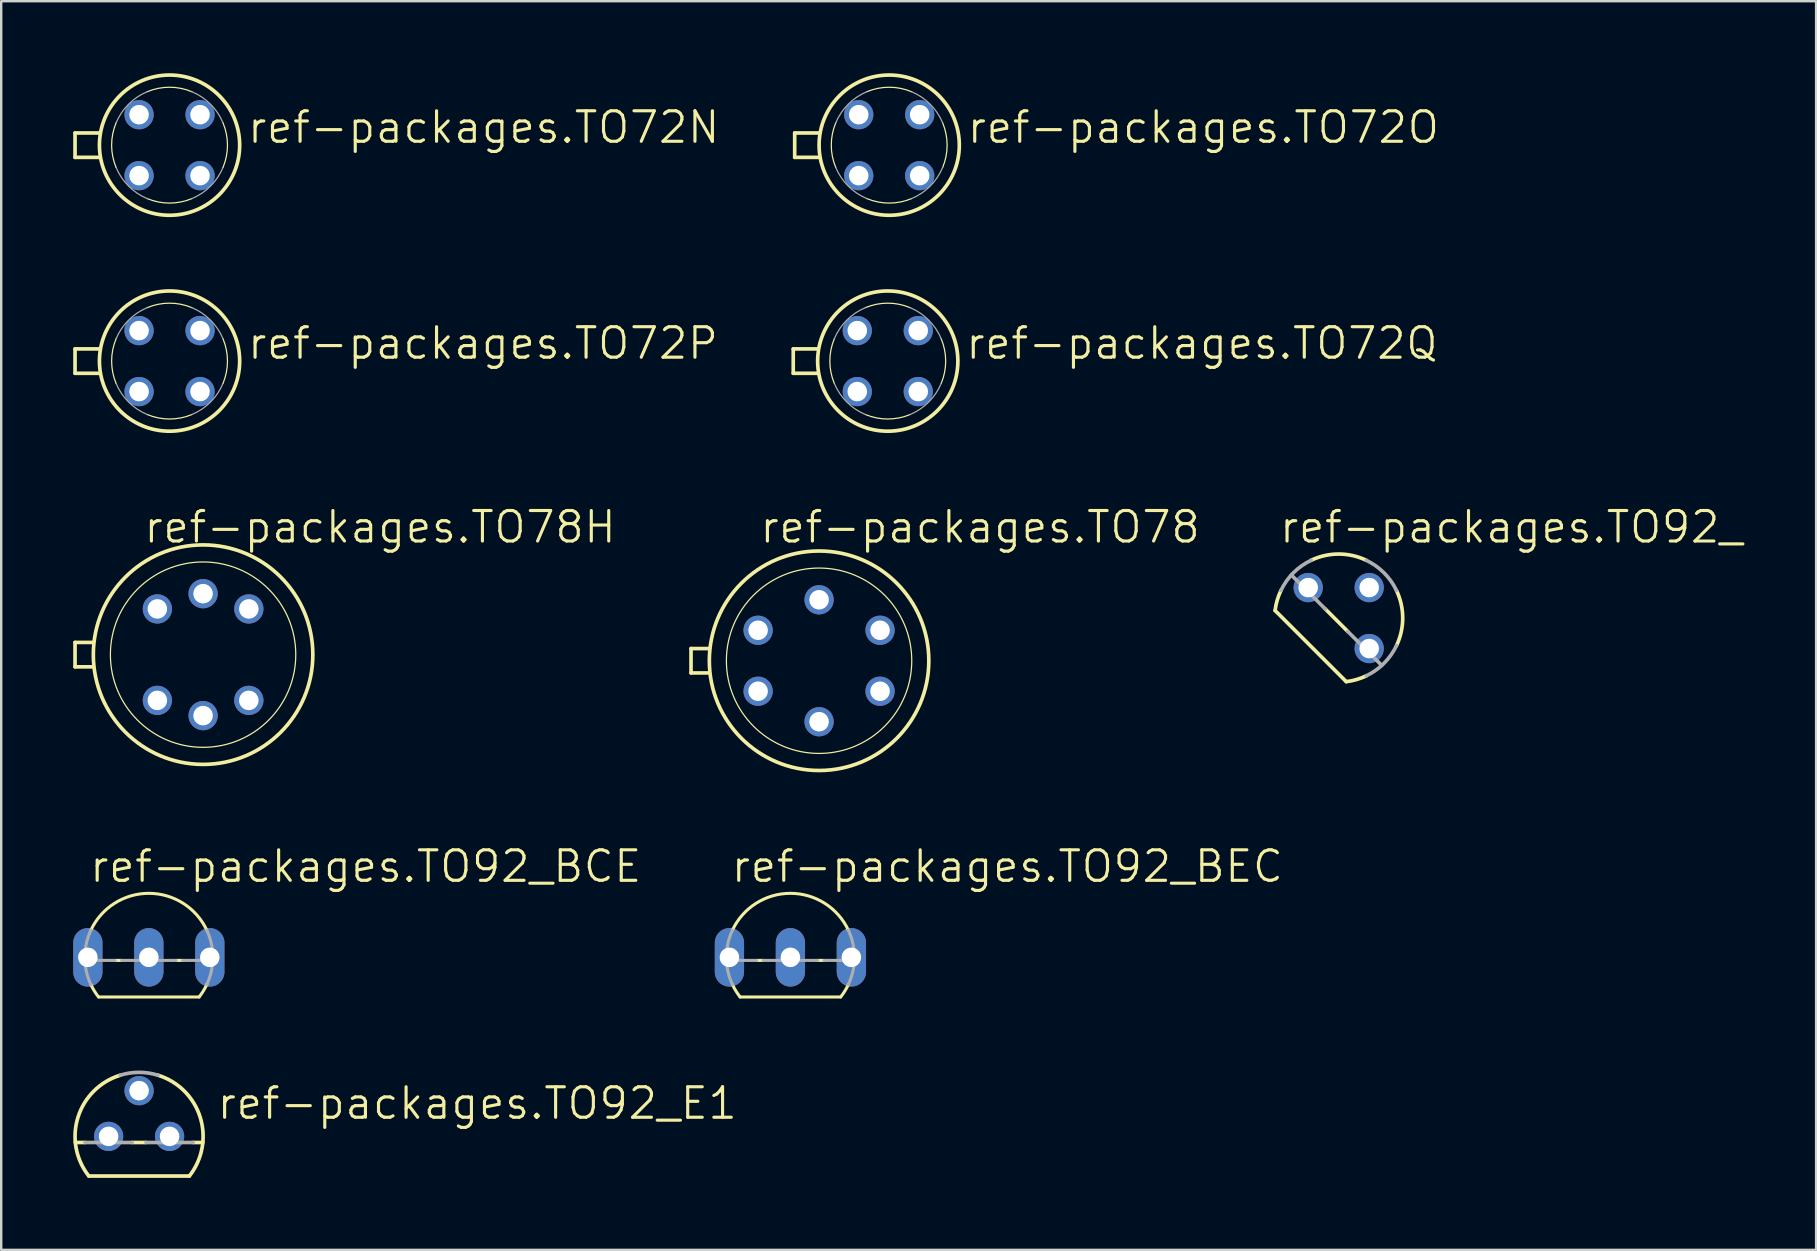
<source format=kicad_pcb>
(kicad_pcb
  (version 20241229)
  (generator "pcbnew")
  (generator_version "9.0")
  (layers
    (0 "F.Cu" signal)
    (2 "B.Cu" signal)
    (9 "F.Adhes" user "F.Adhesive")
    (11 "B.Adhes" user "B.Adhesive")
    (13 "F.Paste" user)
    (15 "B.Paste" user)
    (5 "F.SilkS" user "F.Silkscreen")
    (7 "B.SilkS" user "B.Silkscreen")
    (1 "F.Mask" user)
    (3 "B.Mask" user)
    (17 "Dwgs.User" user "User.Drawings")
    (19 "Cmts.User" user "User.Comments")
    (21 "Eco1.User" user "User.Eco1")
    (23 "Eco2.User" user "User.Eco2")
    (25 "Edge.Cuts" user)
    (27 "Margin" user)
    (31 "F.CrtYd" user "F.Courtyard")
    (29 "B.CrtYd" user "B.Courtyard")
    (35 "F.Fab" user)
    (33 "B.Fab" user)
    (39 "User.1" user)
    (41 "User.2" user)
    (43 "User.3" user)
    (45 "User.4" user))
  (footprint "ref-packages.TO72Q"
    (layer "F.Cu")
    (at 33.932 11.992)
    (property "Reference" "ref-packages.TO72Q" (at 3.175 0 0) (layer "F.SilkS") (effects (font (size 1.27 1.27) (thickness 0.13)) (justify left bottom)))
    (attr through_hole)
    (fp_line (start -3.937 -0.508) (end -2.896 -0.508) (stroke (width 0.152) (type default)) (layer "F.SilkS"))
    (fp_line (start -3.937 0.508) (end -3.937 -0.508) (stroke (width 0.152) (type default)) (layer "F.SilkS"))
    (fp_line (start -2.896 0.508) (end -3.937 0.508) (stroke (width 0.152) (type default)) (layer "F.SilkS"))
    (fp_arc (start -2.227 0.9289) (mid -2.412962 0) (end -2.227 -0.9289) (stroke (width 0.0508) (type default)) (layer "F.SilkS"))
    (fp_arc (start -0.9289 -2.227) (mid 0 -2.412962) (end 0.9289 -2.227) (stroke (width 0.0508) (type default)) (layer "F.SilkS"))
    (fp_arc (start 0.9289 2.227) (mid 0 2.412962) (end -0.9289 2.227) (stroke (width 0.0508) (type default)) (layer "F.SilkS"))
    (fp_arc (start 2.227 -0.9289) (mid 2.412962 0) (end 2.227 0.9289) (stroke (width 0.0508) (type default)) (layer "F.SilkS"))
    (fp_circle (center 0 0) (end 2.921 0) (stroke (width 0.152) (type default)) (fill no) (layer "F.SilkS"))
    (fp_arc (start -2.227 -0.9289) (mid -1.706222 -1.706222) (end -0.9289 -2.227) (stroke (width 0.0508) (type default)) (layer "F.Fab"))
    (fp_arc (start -0.9289 2.227) (mid -1.706222 1.706222) (end -2.227 0.9289) (stroke (width 0.0508) (type default)) (layer "F.Fab"))
    (fp_arc (start 0.9289 -2.227) (mid 1.706222 -1.706222) (end 2.227 -0.9289) (stroke (width 0.0508) (type default)) (layer "F.Fab"))
    (fp_arc (start 2.227 0.9289) (mid 1.706222 1.706222) (end 0.9289 2.227) (stroke (width 0.0508) (type default)) (layer "F.Fab"))
    (pad "B" thru_hole circle (at 1.27 1.27) (size 1.219 1.219) (drill 0.813) (layers "*.Cu" "*.Mask"))
    (pad "C" thru_hole circle (at 1.27 -1.27) (size 1.219 1.219) (drill 0.813) (layers "*.Cu" "*.Mask"))
    (pad "E1" thru_hole circle (at -1.27 1.27) (size 1.219 1.219) (drill 0.813) (layers "*.Cu" "*.Mask"))
    (pad "E2" thru_hole circle (at -1.27 -1.27) (size 1.219 1.219) (drill 0.813) (layers "*.Cu" "*.Mask")))
  (footprint "ref-packages.TO72N"
    (layer "F.Cu")
    (at 4.013 2.997)
    (property "Reference" "ref-packages.TO72N" (at 3.175 0 0) (layer "F.SilkS") (effects (font (size 1.27 1.27) (thickness 0.13)) (justify left bottom)))
    (attr through_hole)
    (fp_line (start -3.937 -0.508) (end -2.896 -0.508) (stroke (width 0.152) (type default)) (layer "F.SilkS"))
    (fp_line (start -3.937 0.508) (end -3.937 -0.508) (stroke (width 0.152) (type default)) (layer "F.SilkS"))
    (fp_line (start -2.896 0.508) (end -3.937 0.508) (stroke (width 0.152) (type default)) (layer "F.SilkS"))
    (fp_arc (start -2.227 0.9289) (mid -2.412962 0) (end -2.227 -0.9289) (stroke (width 0.0508) (type default)) (layer "F.SilkS"))
    (fp_arc (start -0.9289 -2.227) (mid 0 -2.412962) (end 0.9289 -2.227) (stroke (width 0.0508) (type default)) (layer "F.SilkS"))
    (fp_arc (start 0.9289 2.227) (mid 0 2.412962) (end -0.9289 2.227) (stroke (width 0.0508) (type default)) (layer "F.SilkS"))
    (fp_arc (start 2.227 -0.9289) (mid 2.412962 0) (end 2.227 0.9289) (stroke (width 0.0508) (type default)) (layer "F.SilkS"))
    (fp_circle (center 0 0) (end 2.921 0) (stroke (width 0.152) (type default)) (fill no) (layer "F.SilkS"))
    (fp_arc (start -2.227 -0.9289) (mid -1.706222 -1.706222) (end -0.9289 -2.227) (stroke (width 0.0508) (type default)) (layer "F.Fab"))
    (fp_arc (start -0.9289 2.227) (mid -1.706222 1.706222) (end -2.227 0.9289) (stroke (width 0.0508) (type default)) (layer "F.Fab"))
    (fp_arc (start 0.9289 -2.227) (mid 1.706222 -1.706222) (end 2.227 -0.9289) (stroke (width 0.0508) (type default)) (layer "F.Fab"))
    (fp_arc (start 2.227 0.9289) (mid 1.706222 1.706222) (end 0.9289 2.227) (stroke (width 0.0508) (type default)) (layer "F.Fab"))
    (pad "D" thru_hole circle (at -1.27 1.27) (size 1.219 1.219) (drill 0.813) (layers "*.Cu" "*.Mask"))
    (pad "G1" thru_hole circle (at 1.27 -1.27) (size 1.219 1.219) (drill 0.813) (layers "*.Cu" "*.Mask"))
    (pad "G2" thru_hole circle (at -1.27 -1.27) (size 1.219 1.219) (drill 0.813) (layers "*.Cu" "*.Mask"))
    (pad "S" thru_hole circle (at 1.27 1.27) (size 1.219 1.219) (drill 0.813) (layers "*.Cu" "*.Mask")))
  (footprint "ref-packages.TO72P"
    (layer "F.Cu")
    (at 4.013 11.992)
    (property "Reference" "ref-packages.TO72P" (at 3.175 0 0) (layer "F.SilkS") (effects (font (size 1.27 1.27) (thickness 0.13)) (justify left bottom)))
    (attr through_hole)
    (fp_line (start -3.937 -0.508) (end -2.896 -0.508) (stroke (width 0.152) (type default)) (layer "F.SilkS"))
    (fp_line (start -3.937 0.508) (end -3.937 -0.508) (stroke (width 0.152) (type default)) (layer "F.SilkS"))
    (fp_line (start -2.896 0.508) (end -3.937 0.508) (stroke (width 0.152) (type default)) (layer "F.SilkS"))
    (fp_arc (start -2.227 0.9289) (mid -2.412962 0) (end -2.227 -0.9289) (stroke (width 0.0508) (type default)) (layer "F.SilkS"))
    (fp_arc (start -0.9289 -2.227) (mid 0 -2.412962) (end 0.9289 -2.227) (stroke (width 0.0508) (type default)) (layer "F.SilkS"))
    (fp_arc (start 0.9289 2.227) (mid 0 2.412962) (end -0.9289 2.227) (stroke (width 0.0508) (type default)) (layer "F.SilkS"))
    (fp_arc (start 2.227 -0.9289) (mid 2.412962 0) (end 2.227 0.9289) (stroke (width 0.0508) (type default)) (layer "F.SilkS"))
    (fp_circle (center 0 0) (end 2.921 0) (stroke (width 0.152) (type default)) (fill no) (layer "F.SilkS"))
    (fp_arc (start -2.227 -0.9289) (mid -1.706222 -1.706222) (end -0.9289 -2.227) (stroke (width 0.0508) (type default)) (layer "F.Fab"))
    (fp_arc (start -0.9289 2.227) (mid -1.706222 1.706222) (end -2.227 0.9289) (stroke (width 0.0508) (type default)) (layer "F.Fab"))
    (fp_arc (start 0.9289 -2.227) (mid 1.706222 -1.706222) (end 2.227 -0.9289) (stroke (width 0.0508) (type default)) (layer "F.Fab"))
    (fp_arc (start 2.227 0.9289) (mid 1.706222 1.706222) (end 0.9289 2.227) (stroke (width 0.0508) (type default)) (layer "F.Fab"))
    (pad "D" thru_hole circle (at 1.27 -1.27) (size 1.219 1.219) (drill 0.813) (layers "*.Cu" "*.Mask"))
    (pad "G1" thru_hole circle (at 1.27 1.27) (size 1.219 1.219) (drill 0.813) (layers "*.Cu" "*.Mask"))
    (pad "G2" thru_hole circle (at -1.27 -1.27) (size 1.219 1.219) (drill 0.813) (layers "*.Cu" "*.Mask"))
    (pad "S" thru_hole circle (at -1.27 1.27) (size 1.219 1.219) (drill 0.813) (layers "*.Cu" "*.Mask")))
  (footprint "ref-packages.TO92_E1"
    (layer "F.Cu")
    (at 2.744 44.289)
    (property "Reference" "ref-packages.TO92_E1" (at 3.175 -0.635 0) (layer "F.SilkS") (effects (font (size 1.27 1.27) (thickness 0.13)) (justify left bottom)))
    (attr through_hole)
    (fp_line (start -2.655 0.254) (end -2.254 0.254) (stroke (width 0.152) (type default)) (layer "F.SilkS"))
    (fp_line (start -2.095 1.651) (end 2.095 1.651) (stroke (width 0.152) (type default)) (layer "F.SilkS"))
    (fp_line (start -0.286 0.254) (end 0.286 0.254) (stroke (width 0.152) (type default)) (layer "F.SilkS"))
    (fp_line (start 2.254 0.254) (end 2.655 0.254) (stroke (width 0.152) (type default)) (layer "F.SilkS"))
    (fp_arc (start -2.095 1.651) (mid -2.546802 -0.79317) (end -0.7869 -2.5484) (stroke (width 0.1524) (type default)) (layer "F.SilkS"))
    (fp_arc (start 0.7869 -2.5484) (mid 2.546802 -0.79317) (end 2.095 1.651) (stroke (width 0.1524) (type default)) (layer "F.SilkS"))
    (fp_line (start -2.254 0.254) (end -0.286 0.254) (stroke (width 0.152) (type default)) (layer "F.Fab"))
    (fp_line (start 0.286 0.254) (end 2.254 0.254) (stroke (width 0.152) (type default)) (layer "F.Fab"))
    (fp_arc (start -0.7864 -2.5484) (mid 0 -2.666977) (end 0.7864 -2.5484) (stroke (width 0.1524) (type default)) (layer "F.Fab"))
    (pad "1" thru_hole circle (at -1.27 0) (size 1.219 1.219) (drill 0.813) (layers "*.Cu" "*.Mask"))
    (pad "2" thru_hole circle (at 0 -1.905) (size 1.219 1.219) (drill 0.813) (layers "*.Cu" "*.Mask"))
    (pad "3" thru_hole circle (at 1.27 0) (size 1.219 1.219) (drill 0.813) (layers "*.Cu" "*.Mask")))
  (footprint "ref-packages.TO92_"
    (layer "F.Cu")
    (at 52.717 22.697)
    (property "Reference" "ref-packages.TO92_" (at -2.54 -3.048 0) (layer "F.SilkS") (effects (font (size 1.27 1.27) (thickness 0.13)) (justify left bottom)))
    (attr through_hole)
    (fp_line (start -2.649 -0.314) (end 0.314 2.649) (stroke (width 0.152) (type default)) (layer "F.SilkS"))
    (fp_line (start -0.557 -0.377) (end 0.377 0.557) (stroke (width 0.152) (type default)) (layer "F.SilkS"))
    (fp_arc (start -2.649 -0.314) (mid -2.562364 -0.741831) (end -2.4071 -1.1498) (stroke (width 0.1524) (type default)) (layer "F.SilkS"))
    (fp_arc (start -1.1494 -2.4066) (mid 0 -2.666992) (end 1.1494 -2.4066) (stroke (width 0.1524) (type default)) (layer "F.SilkS"))
    (fp_arc (start 1.1498 2.4071) (mid 0.741831 2.562364) (end 0.314 2.649) (stroke (width 0.1524) (type default)) (layer "F.SilkS"))
    (fp_arc (start 2.4066 -1.1494) (mid 2.666992 0) (end 2.4066 1.1494) (stroke (width 0.1524) (type default)) (layer "F.SilkS"))
    (fp_line (start -1.974 -1.794) (end -0.557 -0.377) (stroke (width 0.152) (type default)) (layer "F.Fab"))
    (fp_line (start 0.377 0.557) (end 1.794 1.974) (stroke (width 0.152) (type default)) (layer "F.Fab"))
    (fp_arc (start -2.4066 -1.1494) (mid -1.885848 -1.885848) (end -1.1494 -2.4066) (stroke (width 0.1524) (type default)) (layer "F.Fab"))
    (fp_arc (start 1.1494 -2.4066) (mid 1.885848 -1.885848) (end 2.4066 -1.1494) (stroke (width 0.1524) (type default)) (layer "F.Fab"))
    (fp_arc (start 2.4066 1.1494) (mid 1.885848 1.885848) (end 1.1494 2.4066) (stroke (width 0.1524) (type default)) (layer "F.Fab"))
    (pad "1" thru_hole circle (at 1.27 1.27) (size 1.219 1.219) (drill 0.813) (layers "*.Cu" "*.Mask"))
    (pad "2" thru_hole circle (at 1.27 -1.27) (size 1.219 1.219) (drill 0.813) (layers "*.Cu" "*.Mask"))
    (pad "3" thru_hole circle (at -1.27 -1.27) (size 1.219 1.219) (drill 0.813) (layers "*.Cu" "*.Mask")))
  (footprint "ref-packages.TO92_BEC"
    (layer "F.Cu")
    (at 29.876 36.831)
    (property "Reference" "ref-packages.TO92_BEC" (at -2.54 -3.048 0) (layer "F.SilkS") (effects (font (size 1.27 1.27) (thickness 0.13)) (justify left bottom)))
    (attr through_hole)
    (fp_line (start -2.095 1.651) (end 2.095 1.651) (stroke (width 0.127) (type default)) (layer "F.SilkS"))
    (fp_line (start -1.136 0.127) (end -1.404 0.127) (stroke (width 0.127) (type default)) (layer "F.SilkS"))
    (fp_line (start 1.404 0.127) (end 1.136 0.127) (stroke (width 0.127) (type default)) (layer "F.SilkS"))
    (fp_arc (start -2.413 -1.1359) (mid 0 -2.666985) (end 2.413 -1.1359) (stroke (width 0.127) (type default)) (layer "F.SilkS"))
    (fp_arc (start -2.095 1.651) (mid -2.268918 1.40252) (end -2.4135 1.1359) (stroke (width 0.127) (type default)) (layer "F.SilkS"))
    (fp_arc (start 2.4247 1.1118) (mid 2.275878 1.391201) (end 2.095 1.651) (stroke (width 0.127) (type default)) (layer "F.SilkS"))
    (fp_line (start -1.404 0.127) (end -2.664 0.127) (stroke (width 0.127) (type default)) (layer "F.Fab"))
    (fp_line (start 1.136 0.127) (end -1.136 0.127) (stroke (width 0.127) (type default)) (layer "F.Fab"))
    (fp_line (start 2.664 0.127) (end 1.404 0.127) (stroke (width 0.127) (type default)) (layer "F.Fab"))
    (fp_arc (start -2.664 0.127) (mid -2.615858 -0.519825) (end -2.413 -1.1359) (stroke (width 0.127) (type default)) (layer "F.Fab"))
    (fp_arc (start -2.413 1.1359) (mid -2.588137 0.643799) (end -2.664 0.127) (stroke (width 0.127) (type default)) (layer "F.Fab"))
    (fp_arc (start 2.413 -1.1359) (mid 2.615858 -0.519825) (end 2.664 0.127) (stroke (width 0.127) (type default)) (layer "F.Fab"))
    (fp_arc (start 2.664 0.127) (mid 2.588137 0.643799) (end 2.413 1.1359) (stroke (width 0.127) (type default)) (layer "F.Fab"))
    (pad "B" thru_hole oval (at -2.54 0 90) (size 2.438 1.219) (drill 0.813) (layers "*.Cu" "*.Mask"))
    (pad "C" thru_hole oval (at 2.54 0 90) (size 2.438 1.219) (drill 0.813) (layers "*.Cu" "*.Mask"))
    (pad "E" thru_hole oval (at 0 0 90) (size 2.438 1.219) (drill 0.813) (layers "*.Cu" "*.Mask")))
  (footprint "ref-packages.TO78"
    (layer "F.Cu")
    (at 31.071 24.475)
    (property "Reference" "ref-packages.TO78" (at -2.54 -4.826 0) (layer "F.SilkS") (effects (font (size 1.27 1.27) (thickness 0.13)) (justify left bottom)))
    (attr through_hole)
    (fp_line (start -5.334 0.508) (end -5.334 -0.508) (stroke (width 0.152) (type default)) (layer "F.SilkS"))
    (fp_line (start -5.334 0.508) (end -4.572 0.508) (stroke (width 0.152) (type default)) (layer "F.SilkS"))
    (fp_line (start -4.572 -0.508) (end -5.334 -0.508) (stroke (width 0.152) (type default)) (layer "F.SilkS"))
    (fp_circle (center 0 0) (end 3.861 0) (stroke (width 0.051) (type default)) (fill no) (layer "F.SilkS"))
    (fp_circle (center 0 0) (end 4.572 0) (stroke (width 0.152) (type default)) (fill no) (layer "F.SilkS"))
    (pad "1" thru_hole circle (at -2.54 1.27) (size 1.219 1.219) (drill 0.813) (layers "*.Cu" "*.Mask"))
    (pad "2" thru_hole circle (at 0 2.54) (size 1.219 1.219) (drill 0.813) (layers "*.Cu" "*.Mask"))
    (pad "3" thru_hole circle (at 2.54 1.27) (size 1.219 1.219) (drill 0.813) (layers "*.Cu" "*.Mask"))
    (pad "4" thru_hole circle (at 2.54 -1.27) (size 1.219 1.219) (drill 0.813) (layers "*.Cu" "*.Mask"))
    (pad "5" thru_hole circle (at 0 -2.54) (size 1.219 1.219) (drill 0.813) (layers "*.Cu" "*.Mask"))
    (pad "6" thru_hole circle (at -2.54 -1.27) (size 1.219 1.219) (drill 0.813) (layers "*.Cu" "*.Mask")))
  (footprint "ref-packages.TO92_BCE"
    (layer "F.Cu")
    (at 3.15 36.831)
    (property "Reference" "ref-packages.TO92_BCE" (at -2.54 -3.048 0) (layer "F.SilkS") (effects (font (size 1.27 1.27) (thickness 0.13)) (justify left bottom)))
    (attr through_hole)
    (fp_line (start -2.095 1.651) (end 2.095 1.651) (stroke (width 0.127) (type default)) (layer "F.SilkS"))
    (fp_line (start -1.136 0.127) (end -1.404 0.127) (stroke (width 0.127) (type default)) (layer "F.SilkS"))
    (fp_line (start 1.404 0.127) (end 1.136 0.127) (stroke (width 0.127) (type default)) (layer "F.SilkS"))
    (fp_arc (start -2.413 -1.1359) (mid 0 -2.666985) (end 2.413 -1.1359) (stroke (width 0.127) (type default)) (layer "F.SilkS"))
    (fp_arc (start -2.095 1.651) (mid -2.268918 1.40252) (end -2.4135 1.1359) (stroke (width 0.127) (type default)) (layer "F.SilkS"))
    (fp_arc (start 2.4247 1.1118) (mid 2.275878 1.391201) (end 2.095 1.651) (stroke (width 0.127) (type default)) (layer "F.SilkS"))
    (fp_line (start -1.404 0.127) (end -2.664 0.127) (stroke (width 0.127) (type default)) (layer "F.Fab"))
    (fp_line (start 1.136 0.127) (end -1.136 0.127) (stroke (width 0.127) (type default)) (layer "F.Fab"))
    (fp_line (start 2.664 0.127) (end 1.404 0.127) (stroke (width 0.127) (type default)) (layer "F.Fab"))
    (fp_arc (start -2.664 0.127) (mid -2.615858 -0.519825) (end -2.413 -1.1359) (stroke (width 0.127) (type default)) (layer "F.Fab"))
    (fp_arc (start -2.413 1.1359) (mid -2.588137 0.643799) (end -2.664 0.127) (stroke (width 0.127) (type default)) (layer "F.Fab"))
    (fp_arc (start 2.413 -1.1359) (mid 2.615858 -0.519825) (end 2.664 0.127) (stroke (width 0.127) (type default)) (layer "F.Fab"))
    (fp_arc (start 2.664 0.127) (mid 2.588137 0.643799) (end 2.413 1.1359) (stroke (width 0.127) (type default)) (layer "F.Fab"))
    (pad "B" thru_hole oval (at -2.54 0 90) (size 2.438 1.219) (drill 0.813) (layers "*.Cu" "*.Mask"))
    (pad "C" thru_hole oval (at 0 0 90) (size 2.438 1.219) (drill 0.813) (layers "*.Cu" "*.Mask"))
    (pad "E" thru_hole oval (at 2.54 0 90) (size 2.438 1.219) (drill 0.813) (layers "*.Cu" "*.Mask")))
  (footprint "ref-packages.TO72O"
    (layer "F.Cu")
    (at 33.992 2.997)
    (property "Reference" "ref-packages.TO72O" (at 3.175 0 0) (layer "F.SilkS") (effects (font (size 1.27 1.27) (thickness 0.13)) (justify left bottom)))
    (attr through_hole)
    (fp_line (start -3.937 -0.508) (end -2.896 -0.508) (stroke (width 0.152) (type default)) (layer "F.SilkS"))
    (fp_line (start -3.937 0.508) (end -3.937 -0.508) (stroke (width 0.152) (type default)) (layer "F.SilkS"))
    (fp_line (start -2.896 0.508) (end -3.937 0.508) (stroke (width 0.152) (type default)) (layer "F.SilkS"))
    (fp_arc (start -2.227 0.9289) (mid -2.412962 0) (end -2.227 -0.9289) (stroke (width 0.0508) (type default)) (layer "F.SilkS"))
    (fp_arc (start -0.9289 -2.227) (mid 0 -2.412962) (end 0.9289 -2.227) (stroke (width 0.0508) (type default)) (layer "F.SilkS"))
    (fp_arc (start 0.9289 2.227) (mid 0 2.412962) (end -0.9289 2.227) (stroke (width 0.0508) (type default)) (layer "F.SilkS"))
    (fp_arc (start 2.227 -0.9289) (mid 2.412962 0) (end 2.227 0.9289) (stroke (width 0.0508) (type default)) (layer "F.SilkS"))
    (fp_circle (center 0 0) (end 2.921 0) (stroke (width 0.152) (type default)) (fill no) (layer "F.SilkS"))
    (fp_arc (start -2.227 -0.9289) (mid -1.706222 -1.706222) (end -0.9289 -2.227) (stroke (width 0.0508) (type default)) (layer "F.Fab"))
    (fp_arc (start -0.9289 2.227) (mid -1.706222 1.706222) (end -2.227 0.9289) (stroke (width 0.0508) (type default)) (layer "F.Fab"))
    (fp_arc (start 0.9289 -2.227) (mid 1.706222 -1.706222) (end 2.227 -0.9289) (stroke (width 0.0508) (type default)) (layer "F.Fab"))
    (fp_arc (start 2.227 0.9289) (mid 1.706222 1.706222) (end 0.9289 2.227) (stroke (width 0.0508) (type default)) (layer "F.Fab"))
    (pad "D" thru_hole circle (at 1.27 -1.27) (size 1.219 1.219) (drill 0.813) (layers "*.Cu" "*.Mask"))
    (pad "G1" thru_hole circle (at -1.27 1.27) (size 1.219 1.219) (drill 0.813) (layers "*.Cu" "*.Mask"))
    (pad "G2" thru_hole circle (at 1.27 1.27) (size 1.219 1.219) (drill 0.813) (layers "*.Cu" "*.Mask"))
    (pad "S" thru_hole circle (at -1.27 -1.27) (size 1.219 1.219) (drill 0.813) (layers "*.Cu" "*.Mask")))
  (footprint "ref-packages.TO78H"
    (layer "F.Cu")
    (at 5.41 24.221)
    (property "Reference" "ref-packages.TO78H" (at -2.54 -4.572 0) (layer "F.SilkS") (effects (font (size 1.27 1.27) (thickness 0.13)) (justify left bottom)))
    (attr through_hole)
    (fp_line (start -5.334 0.508) (end -5.334 -0.508) (stroke (width 0.152) (type default)) (layer "F.SilkS"))
    (fp_line (start -5.334 0.508) (end -4.572 0.508) (stroke (width 0.152) (type default)) (layer "F.SilkS"))
    (fp_line (start -4.572 -0.508) (end -5.334 -0.508) (stroke (width 0.152) (type default)) (layer "F.SilkS"))
    (fp_circle (center 0 0) (end 3.861 0) (stroke (width 0.051) (type default)) (fill no) (layer "F.SilkS"))
    (fp_circle (center 0 0) (end 4.572 0) (stroke (width 0.152) (type default)) (fill no) (layer "F.SilkS"))
    (pad "1" thru_hole circle (at -1.905 1.905) (size 1.219 1.219) (drill 0.813) (layers "*.Cu" "*.Mask"))
    (pad "2" thru_hole circle (at 0 2.54) (size 1.219 1.219) (drill 0.813) (layers "*.Cu" "*.Mask"))
    (pad "3" thru_hole circle (at 1.905 1.905) (size 1.219 1.219) (drill 0.813) (layers "*.Cu" "*.Mask"))
    (pad "4" thru_hole circle (at 1.905 -1.905) (size 1.219 1.219) (drill 0.813) (layers "*.Cu" "*.Mask"))
    (pad "5" thru_hole circle (at 0 -2.54) (size 1.219 1.219) (drill 0.813) (layers "*.Cu" "*.Mask"))
    (pad "6" thru_hole circle (at -1.905 -1.905) (size 1.219 1.219) (drill 0.813) (layers "*.Cu" "*.Mask")))
  (gr_rect
    (start -3 -3)
    (end 72.605 49.016)
    (stroke (width 0.1) (type default))
    (fill no)
    (layer "Edge.Cuts")))
</source>
